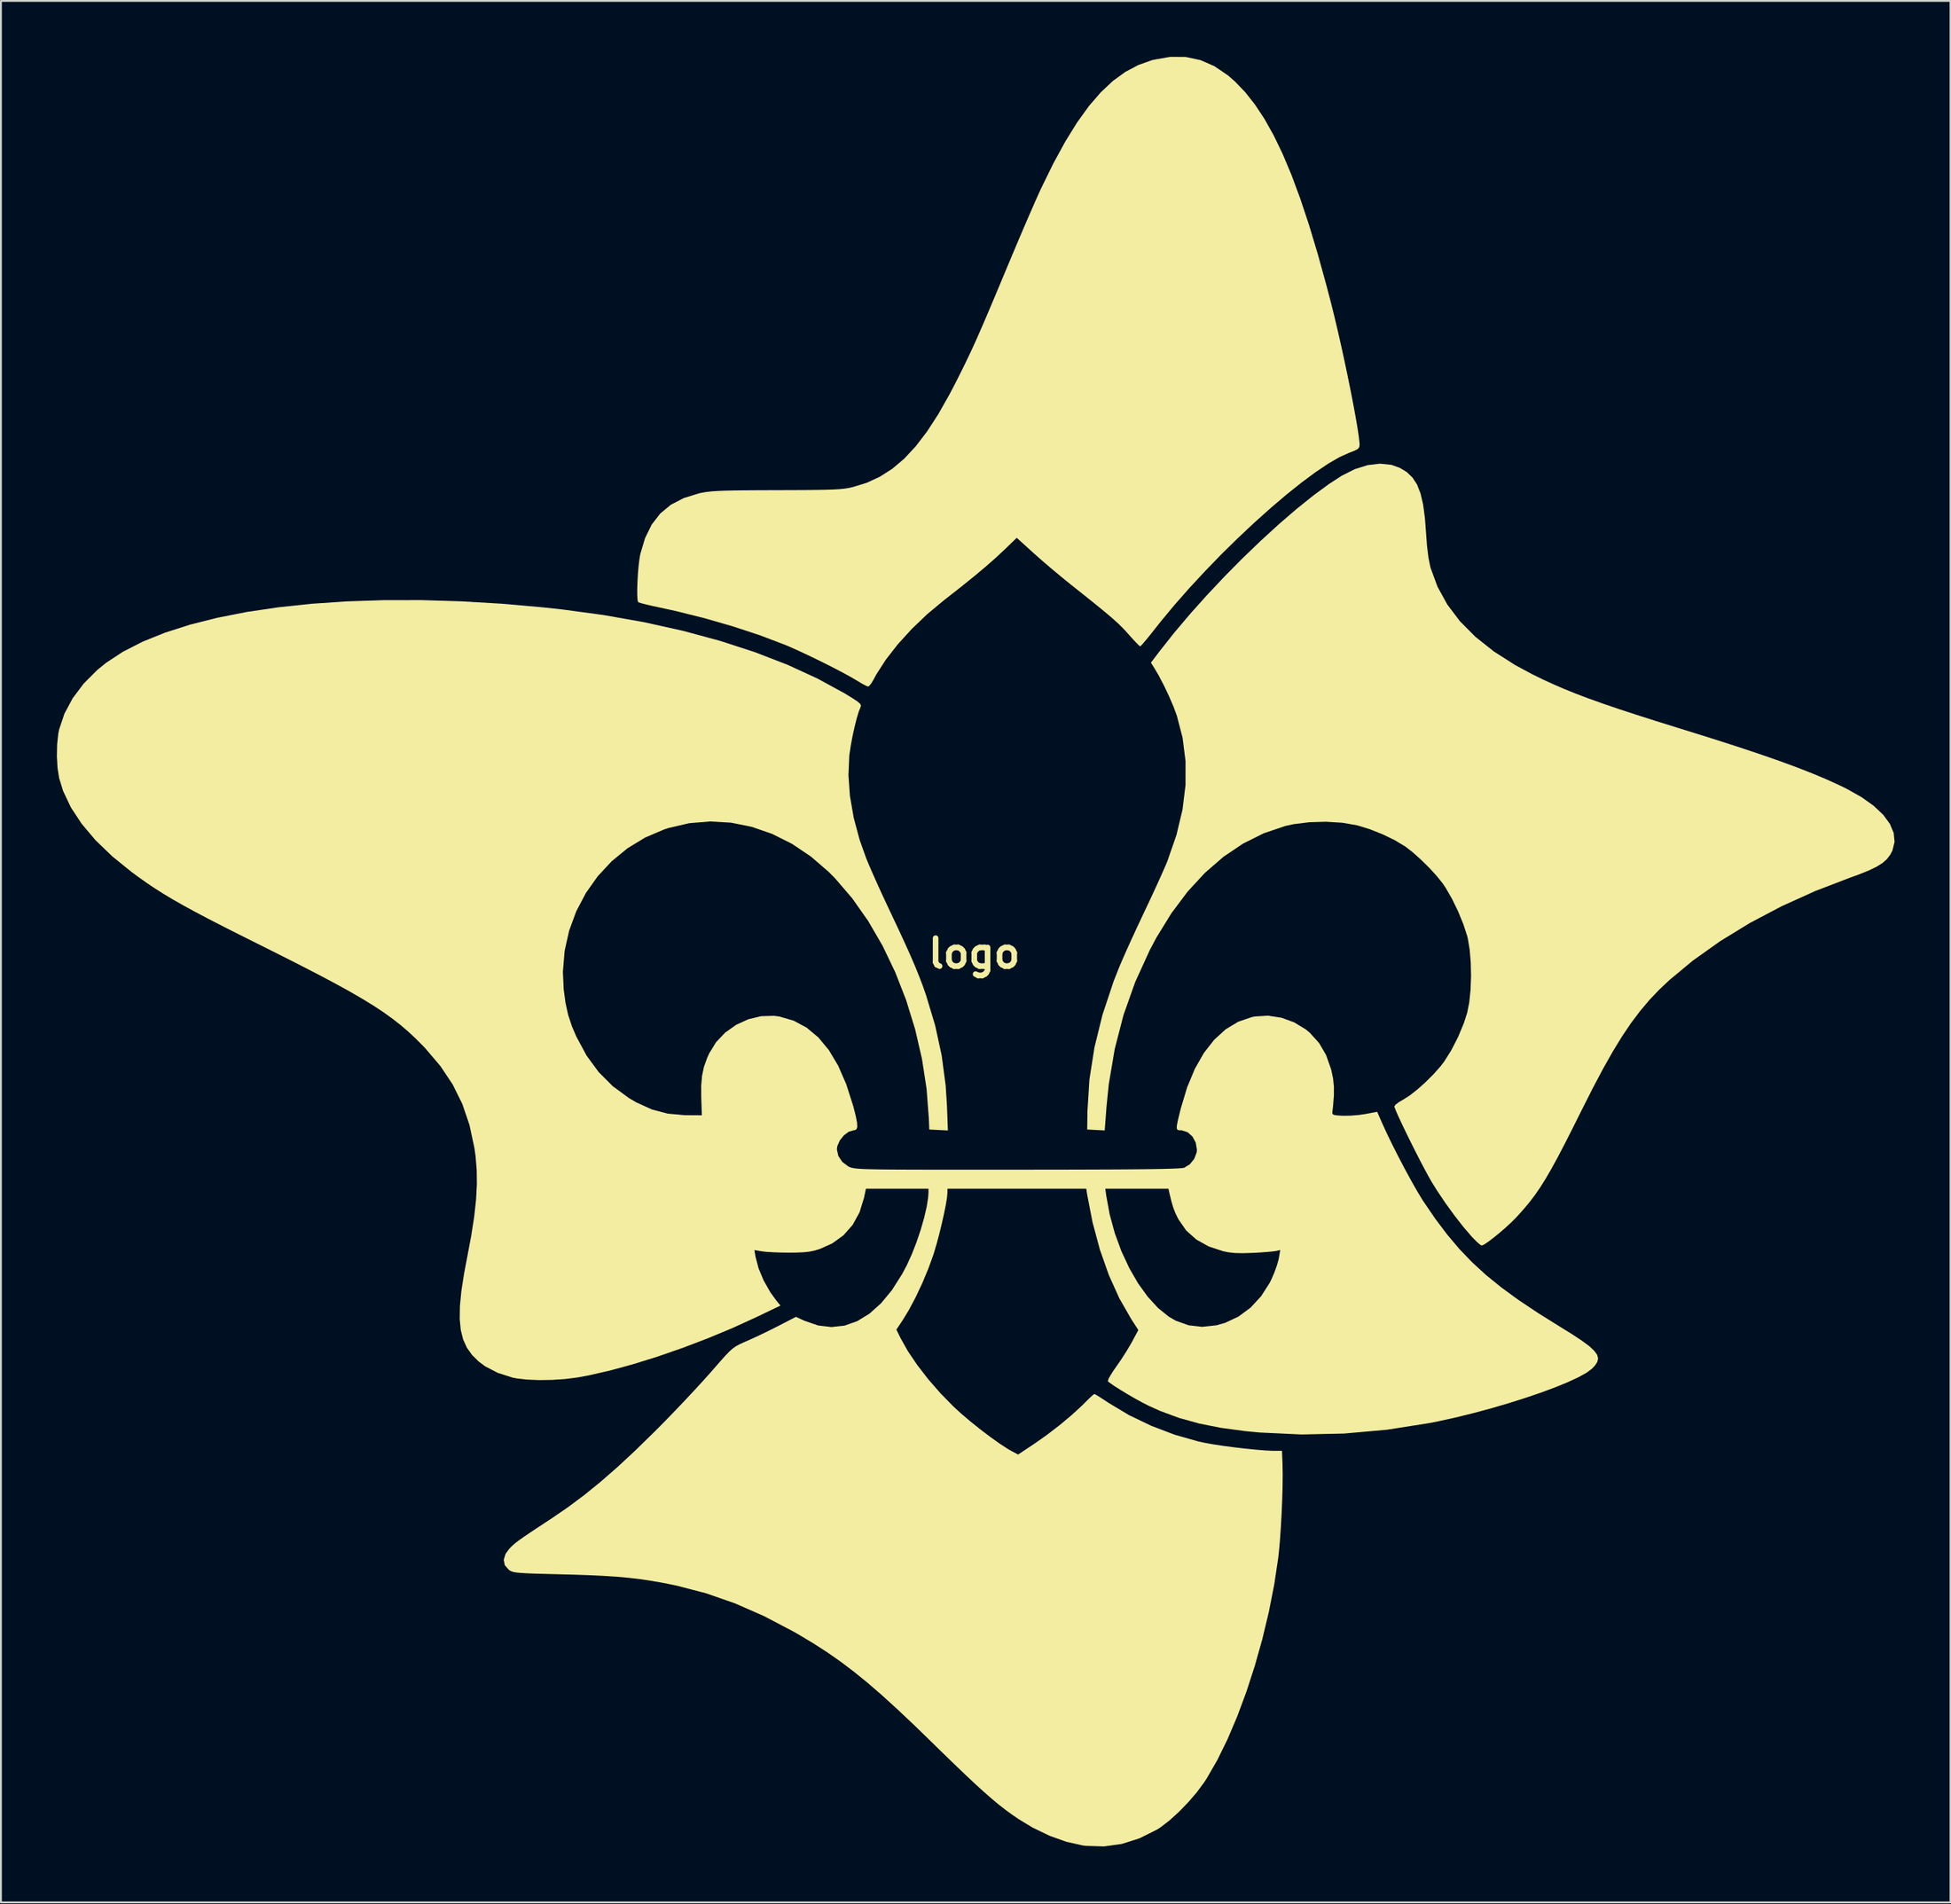
<source format=kicad_pcb>
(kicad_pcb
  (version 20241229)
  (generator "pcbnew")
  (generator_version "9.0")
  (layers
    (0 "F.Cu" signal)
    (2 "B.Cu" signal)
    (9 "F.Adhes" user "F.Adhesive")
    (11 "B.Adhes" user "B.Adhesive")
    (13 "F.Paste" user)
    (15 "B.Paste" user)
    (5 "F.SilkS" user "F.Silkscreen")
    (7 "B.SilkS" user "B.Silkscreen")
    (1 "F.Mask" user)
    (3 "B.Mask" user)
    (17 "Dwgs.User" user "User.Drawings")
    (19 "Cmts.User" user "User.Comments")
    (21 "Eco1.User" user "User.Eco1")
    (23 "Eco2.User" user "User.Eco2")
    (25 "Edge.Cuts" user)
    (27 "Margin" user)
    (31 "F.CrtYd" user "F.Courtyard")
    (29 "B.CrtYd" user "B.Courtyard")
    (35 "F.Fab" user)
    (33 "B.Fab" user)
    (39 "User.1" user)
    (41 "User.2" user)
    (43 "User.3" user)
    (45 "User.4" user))
  (footprint "logo"
    (layer "F.Cu")
    (at 49.182 48.077)
    (property "Reference" "logo" (at 0 0 0) (layer "F.SilkS") (effects (font (size 1.5 1.5) (thickness 0.3))))
    (attr board_only exclude_from_pos_files exclude_from_bom)
    (fp_poly (pts (xy 11.332 -48.073) (xy 12.121 -47.906) (xy 12.876 -47.577) (xy 13.604 -47.082) (xy 13.976 -46.757) (xy 14.526 -46.184) (xy 15.053 -45.516) (xy 15.562 -44.745) (xy 16.055 -43.864) (xy 16.537 -42.864) (xy 17.01 -41.739) (xy 17.477 -40.479) (xy 17.943 -39.078) (xy 18.41 -37.528) (xy 18.882 -35.82) (xy 19.126 -34.883) (xy 19.303 -34.175) (xy 19.484 -33.408) (xy 19.667 -32.604) (xy 19.846 -31.784) (xy 20.018 -30.969) (xy 20.178 -30.18) (xy 20.322 -29.438) (xy 20.446 -28.766) (xy 20.546 -28.184) (xy 20.616 -27.713) (xy 20.654 -27.375) (xy 20.659 -27.262) (xy 20.638 -27.141) (xy 20.555 -27.046) (xy 20.373 -26.953) (xy 20.112 -26.853) (xy 19.59 -26.62) (xy 18.977 -26.265) (xy 18.287 -25.801) (xy 17.531 -25.24) (xy 16.723 -24.594) (xy 15.878 -23.874) (xy 15.007 -23.094) (xy 14.124 -22.264) (xy 13.242 -21.397) (xy 12.376 -20.504) (xy 11.537 -19.599) (xy 10.739 -18.692) (xy 9.995 -17.796) (xy 9.715 -17.441) (xy 9.442 -17.097) (xy 9.205 -16.806) (xy 9.022 -16.592) (xy 8.915 -16.479) (xy 8.896 -16.468) (xy 8.819 -16.527) (xy 8.659 -16.689) (xy 8.441 -16.924) (xy 8.282 -17.103) (xy 8.103 -17.302) (xy 7.919 -17.495) (xy 7.713 -17.695) (xy 7.47 -17.916) (xy 7.173 -18.172) (xy 6.806 -18.476) (xy 6.353 -18.844) (xy 5.798 -19.288) (xy 5.165 -19.791) (xy 4.7 -20.168) (xy 4.186 -20.596) (xy 3.682 -21.026) (xy 3.246 -21.411) (xy 3.192 -21.459) (xy 2.277 -22.288) (xy 1.626 -21.658) (xy 1.155 -21.219) (xy 0.615 -20.744) (xy -0.011 -20.22) (xy -0.741 -19.632) (xy -1.593 -18.964) (xy -1.633 -18.934) (xy -2.524 -18.192) (xy -3.354 -17.397) (xy -4.101 -16.576) (xy -4.742 -15.753) (xy -5.256 -14.954) (xy -5.409 -14.668) (xy -5.536 -14.458) (xy -5.653 -14.332) (xy -5.696 -14.315) (xy -5.817 -14.362) (xy -6.031 -14.476) (xy -6.265 -14.617) (xy -6.607 -14.818) (xy -7.069 -15.07) (xy -7.613 -15.354) (xy -8.204 -15.651) (xy -8.805 -15.944) (xy -9.381 -16.214) (xy -9.896 -16.445) (xy -10.151 -16.552) (xy -11.479 -17.057) (xy -12.931 -17.536) (xy -14.462 -17.978) (xy -16.027 -18.368) (xy -16.833 -18.544) (xy -17.251 -18.634) (xy -17.607 -18.717) (xy -17.87 -18.785) (xy -18.007 -18.83) (xy -18.019 -18.837) (xy -18.051 -18.957) (xy -18.067 -19.209) (xy -18.068 -19.557) (xy -18.054 -19.964) (xy -18.029 -20.393) (xy -17.992 -20.809) (xy -17.947 -21.175) (xy -17.903 -21.421) (xy -17.647 -22.277) (xy -17.294 -22.997) (xy -16.836 -23.589) (xy -16.266 -24.061) (xy -15.575 -24.419) (xy -14.757 -24.673) (xy -14.69 -24.688) (xy -14.495 -24.726) (xy -14.281 -24.757) (xy -14.028 -24.782) (xy -13.719 -24.802) (xy -13.334 -24.817) (xy -12.856 -24.828) (xy -12.266 -24.835) (xy -11.545 -24.84) (xy -10.675 -24.843) (xy -10.583 -24.843) (xy -9.709 -24.846) (xy -8.986 -24.85) (xy -8.396 -24.857) (xy -7.919 -24.866) (xy -7.539 -24.88) (xy -7.235 -24.897) (xy -6.991 -24.921) (xy -6.787 -24.95) (xy -6.606 -24.986) (xy -6.519 -25.006) (xy -5.763 -25.24) (xy -5.057 -25.566) (xy -4.391 -25.993) (xy -3.754 -26.532) (xy -3.139 -27.193) (xy -2.533 -27.985) (xy -1.927 -28.92) (xy -1.313 -30.006) (xy -0.978 -30.649) (xy -0.746 -31.111) (xy -0.534 -31.538) (xy -0.335 -31.951) (xy -0.138 -32.368) (xy 0.063 -32.808) (xy 0.278 -33.293) (xy 0.516 -33.841) (xy 0.785 -34.471) (xy 1.094 -35.203) (xy 1.452 -36.058) (xy 1.774 -36.83) (xy 2.081 -37.561) (xy 2.391 -38.295) (xy 2.694 -39.005) (xy 2.978 -39.662) (xy 3.231 -40.241) (xy 3.442 -40.715) (xy 3.582 -41.021) (xy 4.238 -42.359) (xy 4.88 -43.536) (xy 5.514 -44.56) (xy 6.146 -45.438) (xy 6.783 -46.177) (xy 7.431 -46.785) (xy 8.096 -47.269) (xy 8.786 -47.636) (xy 9.506 -47.893) (xy 9.618 -47.923) (xy 10.5 -48.077)) (stroke (width 0) (type solid)) (fill yes) (layer "F.SilkS"))
    (fp_poly (pts (xy 22.365 -26.2) (xy 22.812 -26.041) (xy 23.19 -25.812) (xy 23.496 -25.518) (xy 23.74 -25.143) (xy 23.926 -24.668) (xy 24.064 -24.076) (xy 24.161 -23.349) (xy 24.213 -22.65) (xy 24.273 -21.849) (xy 24.353 -21.208) (xy 24.454 -20.717) (xy 24.466 -20.674) (xy 24.837 -19.663) (xy 25.36 -18.712) (xy 26.036 -17.817) (xy 26.868 -16.979) (xy 27.858 -16.193) (xy 29.007 -15.46) (xy 29.916 -14.971) (xy 30.475 -14.698) (xy 31.038 -14.439) (xy 31.624 -14.185) (xy 32.248 -13.933) (xy 32.929 -13.675) (xy 33.683 -13.405) (xy 34.528 -13.116) (xy 35.481 -12.804) (xy 36.558 -12.46) (xy 37.777 -12.08) (xy 38.106 -11.978) (xy 39.589 -11.515) (xy 40.919 -11.088) (xy 42.11 -10.691) (xy 43.174 -10.32) (xy 44.123 -9.971) (xy 44.972 -9.638) (xy 45.731 -9.318) (xy 46.414 -9.005) (xy 46.776 -8.828) (xy 47.569 -8.382) (xy 48.222 -7.916) (xy 48.729 -7.438) (xy 49.087 -6.952) (xy 49.292 -6.465) (xy 49.339 -5.985) (xy 49.224 -5.516) (xy 49.107 -5.293) (xy 48.931 -5.061) (xy 48.693 -4.85) (xy 48.37 -4.648) (xy 47.942 -4.442) (xy 47.384 -4.22) (xy 46.946 -4.062) (xy 45.072 -3.342) (xy 43.275 -2.528) (xy 41.572 -1.629) (xy 39.982 -0.654) (xy 38.521 0.386) (xy 37.275 1.42) (xy 36.72 1.943) (xy 36.2 2.49) (xy 35.703 3.078) (xy 35.217 3.724) (xy 34.731 4.444) (xy 34.234 5.256) (xy 33.714 6.177) (xy 33.16 7.223) (xy 32.56 8.411) (xy 32.553 8.424) (xy 32.071 9.391) (xy 31.65 10.221) (xy 31.279 10.931) (xy 30.946 11.54) (xy 30.643 12.063) (xy 30.357 12.519) (xy 30.08 12.925) (xy 29.799 13.297) (xy 29.505 13.653) (xy 29.187 14.011) (xy 29.044 14.165) (xy 28.781 14.429) (xy 28.469 14.716) (xy 28.138 15.001) (xy 27.816 15.262) (xy 27.533 15.475) (xy 27.317 15.617) (xy 27.202 15.663) (xy 27.105 15.605) (xy 26.93 15.45) (xy 26.712 15.229) (xy 26.664 15.177) (xy 26.225 14.666) (xy 25.747 14.053) (xy 25.264 13.388) (xy 24.815 12.72) (xy 24.525 12.254) (xy 24.351 11.95) (xy 24.14 11.559) (xy 23.902 11.105) (xy 23.65 10.614) (xy 23.397 10.109) (xy 23.155 9.615) (xy 22.935 9.158) (xy 22.75 8.763) (xy 22.613 8.452) (xy 22.535 8.253) (xy 22.522 8.197) (xy 22.591 8.103) (xy 22.773 7.967) (xy 22.996 7.838) (xy 23.349 7.613) (xy 23.764 7.287) (xy 24.202 6.895) (xy 24.626 6.471) (xy 24.997 6.052) (xy 25.191 5.8) (xy 25.578 5.185) (xy 25.942 4.473) (xy 26.247 3.739) (xy 26.429 3.175) (xy 26.539 2.619) (xy 26.607 1.951) (xy 26.634 1.224) (xy 26.618 0.488) (xy 26.561 -0.202) (xy 26.462 -0.796) (xy 26.429 -0.931) (xy 26.22 -1.574) (xy 25.938 -2.262) (xy 25.61 -2.936) (xy 25.266 -3.531) (xy 25.114 -3.755) (xy 24.798 -4.151) (xy 24.393 -4.593) (xy 23.945 -5.034) (xy 23.501 -5.43) (xy 23.107 -5.736) (xy 23.086 -5.75) (xy 22.536 -6.078) (xy 21.885 -6.393) (xy 21.2 -6.665) (xy 20.548 -6.865) (xy 20.521 -6.872) (xy 19.735 -7.009) (xy 18.865 -7.064) (xy 17.974 -7.039) (xy 17.126 -6.934) (xy 16.669 -6.834) (xy 15.516 -6.443) (xy 14.413 -5.893) (xy 13.364 -5.187) (xy 12.372 -4.328) (xy 11.44 -3.319) (xy 10.573 -2.163) (xy 9.773 -0.864) (xy 9.412 -0.186) (xy 8.628 1.533) (xy 8.003 3.295) (xy 7.533 5.112) (xy 7.214 6.994) (xy 7.092 8.195) (xy 6.993 9.49) (xy 6.523 9.465) (xy 6.054 9.44) (xy 6.068 8.45) (xy 6.174 6.765) (xy 6.443 5.043) (xy 6.874 3.29) (xy 7.465 1.512) (xy 7.779 0.714) (xy 7.938 0.342) (xy 8.153 -0.145) (xy 8.409 -0.711) (xy 8.689 -1.319) (xy 8.976 -1.932) (xy 9.123 -2.244) (xy 9.398 -2.825) (xy 9.666 -3.402) (xy 9.913 -3.943) (xy 10.125 -4.416) (xy 10.287 -4.789) (xy 10.355 -4.953) (xy 10.841 -6.355) (xy 11.165 -7.713) (xy 11.327 -9.032) (xy 11.328 -10.316) (xy 11.168 -11.569) (xy 10.864 -12.742) (xy 10.684 -13.231) (xy 10.441 -13.797) (xy 10.164 -14.38) (xy 9.884 -14.915) (xy 9.68 -15.262) (xy 9.471 -15.594) (xy 9.964 -16.241) (xy 10.737 -17.218) (xy 11.586 -18.221) (xy 12.492 -19.232) (xy 13.438 -20.236) (xy 14.408 -21.215) (xy 15.384 -22.153) (xy 16.348 -23.033) (xy 17.284 -23.839) (xy 18.174 -24.554) (xy 19.001 -25.162) (xy 19.697 -25.615) (xy 20.399 -25.969) (xy 21.09 -26.186) (xy 21.752 -26.264)) (stroke (width 0) (type solid)) (fill yes) (layer "F.SilkS"))
    (fp_poly (pts (xy -27.506 -18.883) (xy -25.334 -18.754) (xy -23.11 -18.558) (xy -22.098 -18.448) (xy -19.846 -18.143) (xy -17.675 -17.758) (xy -15.594 -17.295) (xy -13.615 -16.759) (xy -11.75 -16.152) (xy -10.008 -15.478) (xy -8.401 -14.739) (xy -6.939 -13.941) (xy -6.541 -13.696) (xy -6.269 -13.517) (xy -6.121 -13.393) (xy -6.072 -13.298) (xy -6.097 -13.206) (xy -6.192 -12.971) (xy -6.3 -12.61) (xy -6.413 -12.163) (xy -6.522 -11.671) (xy -6.615 -11.176) (xy -6.685 -10.718) (xy -6.699 -10.607) (xy -6.745 -9.564) (xy -6.665 -8.443) (xy -6.462 -7.271) (xy -6.141 -6.078) (xy -5.784 -5.08) (xy -5.631 -4.713) (xy -5.421 -4.231) (xy -5.171 -3.672) (xy -4.898 -3.075) (xy -4.619 -2.476) (xy -4.509 -2.244) (xy -4.085 -1.346) (xy -3.729 -0.576) (xy -3.429 0.09) (xy -3.177 0.676) (xy -2.962 1.205) (xy -2.773 1.7) (xy -2.602 2.184) (xy -2.593 2.209) (xy -2.097 3.858) (xy -1.746 5.471) (xy -1.533 7.084) (xy -1.464 8.154) (xy -1.414 9.492) (xy -1.913 9.466) (xy -2.413 9.44) (xy -2.432 8.89) (xy -2.554 7.271) (xy -2.803 5.655) (xy -3.171 4.06) (xy -3.651 2.504) (xy -4.235 1.007) (xy -4.916 -0.413) (xy -5.686 -1.739) (xy -6.538 -2.951) (xy -7.465 -4.032) (xy -7.803 -4.373) (xy -8.76 -5.199) (xy -9.773 -5.879) (xy -10.831 -6.409) (xy -11.923 -6.788) (xy -13.037 -7.013) (xy -14.161 -7.079) (xy -15.285 -6.985) (xy -16.396 -6.727) (xy -16.617 -6.654) (xy -17.646 -6.216) (xy -18.59 -5.641) (xy -19.441 -4.943) (xy -20.188 -4.138) (xy -20.823 -3.24) (xy -21.336 -2.264) (xy -21.719 -1.225) (xy -21.961 -0.138) (xy -22.054 0.984) (xy -22.012 1.922) (xy -21.913 2.655) (xy -21.773 3.291) (xy -21.571 3.901) (xy -21.335 4.455) (xy -20.786 5.474) (xy -20.137 6.359) (xy -19.382 7.116) (xy -18.513 7.754) (xy -18.113 7.988) (xy -17.279 8.366) (xy -16.432 8.59) (xy -15.524 8.672) (xy -15.452 8.673) (xy -14.605 8.678) (xy -14.636 7.731) (xy -14.639 7.088) (xy -14.593 6.555) (xy -14.491 6.078) (xy -14.32 5.603) (xy -14.209 5.355) (xy -13.839 4.754) (xy -13.348 4.239) (xy -12.764 3.826) (xy -12.115 3.529) (xy -11.429 3.363) (xy -10.734 3.343) (xy -10.448 3.381) (xy -9.682 3.604) (xy -8.985 3.979) (xy -8.356 4.505) (xy -7.793 5.185) (xy -7.296 6.019) (xy -6.865 7.008) (xy -6.498 8.152) (xy -6.474 8.239) (xy -6.351 8.723) (xy -6.284 9.069) (xy -6.271 9.296) (xy -6.312 9.425) (xy -6.409 9.478) (xy -6.466 9.483) (xy -6.729 9.558) (xy -6.989 9.753) (xy -7.207 10.025) (xy -7.341 10.326) (xy -7.366 10.503) (xy -7.287 10.859) (xy -7.072 11.18) (xy -6.755 11.418) (xy -6.739 11.426) (xy -6.678 11.454) (xy -6.613 11.479) (xy -6.532 11.501) (xy -6.426 11.52) (xy -6.284 11.536) (xy -6.097 11.55) (xy -5.854 11.562) (xy -5.546 11.571) (xy -5.162 11.579) (xy -4.693 11.585) (xy -4.128 11.589) (xy -3.457 11.592) (xy -2.67 11.594) (xy -1.757 11.595) (xy -0.708 11.596) (xy 0.487 11.595) (xy 1.838 11.595) (xy 2.292 11.595) (xy 3.798 11.593) (xy 5.142 11.591) (xy 6.332 11.587) (xy 7.373 11.583) (xy 8.274 11.577) (xy 9.041 11.57) (xy 9.682 11.561) (xy 10.204 11.551) (xy 10.613 11.539) (xy 10.918 11.526) (xy 11.126 11.51) (xy 11.242 11.493) (xy 11.258 11.489) (xy 11.558 11.305) (xy 11.794 11.012) (xy 11.924 10.668) (xy 11.938 10.524) (xy 11.873 10.14) (xy 11.697 9.815) (xy 11.438 9.586) (xy 11.124 9.485) (xy 11.072 9.483) (xy 10.959 9.478) (xy 10.887 9.447) (xy 10.855 9.366) (xy 10.865 9.209) (xy 10.916 8.951) (xy 11.009 8.569) (xy 11.08 8.285) (xy 11.418 7.166) (xy 11.829 6.181) (xy 12.312 5.334) (xy 12.862 4.629) (xy 13.475 4.07) (xy 14.148 3.663) (xy 14.877 3.412) (xy 15.051 3.377) (xy 15.752 3.336) (xy 16.464 3.445) (xy 17.149 3.693) (xy 17.769 4.069) (xy 17.992 4.254) (xy 18.487 4.803) (xy 18.863 5.448) (xy 19.131 6.211) (xy 19.145 6.268) (xy 19.237 6.706) (xy 19.282 7.14) (xy 19.281 7.619) (xy 19.235 8.19) (xy 19.198 8.509) (xy 19.203 8.598) (xy 19.268 8.652) (xy 19.428 8.682) (xy 19.719 8.7) (xy 19.77 8.702) (xy 20.178 8.697) (xy 20.639 8.659) (xy 20.982 8.608) (xy 21.601 8.491) (xy 21.865 9.092) (xy 22.116 9.642) (xy 22.42 10.268) (xy 22.757 10.932) (xy 23.107 11.598) (xy 23.451 12.228) (xy 23.768 12.785) (xy 24.04 13.232) (xy 24.083 13.298) (xy 24.718 14.228) (xy 25.351 15.069) (xy 26.002 15.84) (xy 26.693 16.56) (xy 27.441 17.246) (xy 28.269 17.917) (xy 29.196 18.593) (xy 30.243 19.291) (xy 31.364 19.991) (xy 32.033 20.406) (xy 32.561 20.753) (xy 32.958 21.046) (xy 33.231 21.296) (xy 33.39 21.514) (xy 33.445 21.713) (xy 33.403 21.904) (xy 33.275 22.099) (xy 33.113 22.269) (xy 32.824 22.484) (xy 32.387 22.725) (xy 31.821 22.988) (xy 31.144 23.265) (xy 30.375 23.55) (xy 29.532 23.837) (xy 28.634 24.121) (xy 27.7 24.394) (xy 26.747 24.651) (xy 25.794 24.885) (xy 24.86 25.091) (xy 24.426 25.177) (xy 22.129 25.538) (xy 19.829 25.743) (xy 17.546 25.793) (xy 15.3 25.687) (xy 14.492 25.609) (xy 13.202 25.434) (xy 12.042 25.202) (xy 10.977 24.905) (xy 9.974 24.534) (xy 9.356 24.256) (xy 9.017 24.084) (xy 8.624 23.868) (xy 8.214 23.63) (xy 7.823 23.393) (xy 7.487 23.179) (xy 7.245 23.009) (xy 7.165 22.943) (xy 7.181 22.85) (xy 7.282 22.655) (xy 7.45 22.388) (xy 7.603 22.168) (xy 7.873 21.779) (xy 8.149 21.349) (xy 8.387 20.952) (xy 8.456 20.828) (xy 8.797 20.193) (xy 8.413 19.6) (xy 7.778 18.492) (xy 7.217 17.248) (xy 6.737 15.887) (xy 6.345 14.429) (xy 6.054 12.933) (xy 6.004 12.615) (xy 7.025 12.615) (xy 7.074 12.975) (xy 7.261 13.999) (xy 7.535 15.001) (xy 7.888 15.963) (xy 8.307 16.864) (xy 8.781 17.686) (xy 9.301 18.408) (xy 9.855 19.013) (xy 10.433 19.479) (xy 10.799 19.69) (xy 11.493 19.939) (xy 12.22 20.022) (xy 12.972 19.941) (xy 13.449 19.807) (xy 14.167 19.47) (xy 14.816 18.989) (xy 15.38 18.379) (xy 15.841 17.657) (xy 15.927 17.484) (xy 16.088 17.11) (xy 16.226 16.728) (xy 16.316 16.409) (xy 16.327 16.354) (xy 16.405 15.901) (xy 16.182 15.953) (xy 16.011 15.977) (xy 15.714 16.005) (xy 15.334 16.033) (xy 14.944 16.055) (xy 14.405 16.072) (xy 13.983 16.063) (xy 13.627 16.024) (xy 13.355 15.97) (xy 12.57 15.712) (xy 11.905 15.34) (xy 11.364 14.856) (xy 10.951 14.263) (xy 10.942 14.245) (xy 10.792 13.944) (xy 10.677 13.655) (xy 10.577 13.319) (xy 10.47 12.879) (xy 10.463 12.848) (xy 10.411 12.615) (xy 8.718 12.615) (xy 7.025 12.615) (xy 6.004 12.615) (xy 2.282 12.615) (xy -1.439 12.615) (xy -1.439 12.838) (xy -1.462 13.094) (xy -1.525 13.478) (xy -1.62 13.952) (xy -1.739 14.481) (xy -1.873 15.03) (xy -2.015 15.562) (xy -2.156 16.041) (xy -2.2 16.178) (xy -2.465 16.909) (xy -2.785 17.674) (xy -3.138 18.424) (xy -3.498 19.106) (xy -3.817 19.631) (xy -4.175 20.17) (xy -3.948 20.631) (xy -3.56 21.323) (xy -3.056 22.069) (xy -2.463 22.836) (xy -1.808 23.587) (xy -1.119 24.29) (xy -0.725 24.653) (xy -0.219 25.084) (xy 0.318 25.514) (xy 0.853 25.92) (xy 1.353 26.277) (xy 1.783 26.558) (xy 2.001 26.683) (xy 2.35 26.87) (xy 3.219 26.292) (xy 3.886 25.823) (xy 4.565 25.302) (xy 5.207 24.766) (xy 5.765 24.255) (xy 5.966 24.055) (xy 6.18 23.842) (xy 6.348 23.687) (xy 6.437 23.622) (xy 6.44 23.622) (xy 6.528 23.666) (xy 6.724 23.786) (xy 6.995 23.961) (xy 7.205 24.101) (xy 8.294 24.754) (xy 9.491 25.329) (xy 10.747 25.807) (xy 12.01 26.166) (xy 12.319 26.234) (xy 12.756 26.313) (xy 13.295 26.396) (xy 13.892 26.476) (xy 14.504 26.548) (xy 15.089 26.607) (xy 15.603 26.65) (xy 16.004 26.669) (xy 16.078 26.67) (xy 16.498 26.67) (xy 16.527 27.411) (xy 16.536 27.939) (xy 16.529 28.591) (xy 16.508 29.323) (xy 16.475 30.092) (xy 16.432 30.854) (xy 16.381 31.565) (xy 16.323 32.18) (xy 16.296 32.414) (xy 16.081 33.844) (xy 15.795 35.3) (xy 15.446 36.758) (xy 15.042 38.195) (xy 14.59 39.587) (xy 14.099 40.91) (xy 13.576 42.14) (xy 13.029 43.255) (xy 12.467 44.229) (xy 12.328 44.443) (xy 11.941 44.968) (xy 11.479 45.507) (xy 10.978 46.024) (xy 10.473 46.483) (xy 10.001 46.848) (xy 9.799 46.978) (xy 8.86 47.447) (xy 7.914 47.748) (xy 6.957 47.882) (xy 5.982 47.851) (xy 5.802 47.827) (xy 4.943 47.636) (xy 4.039 47.313) (xy 3.129 46.873) (xy 2.385 46.423) (xy 2.032 46.182) (xy 1.683 45.927) (xy 1.324 45.648) (xy 0.942 45.33) (xy 0.521 44.962) (xy 0.048 44.531) (xy -0.493 44.023) (xy -1.115 43.427) (xy -1.833 42.73) (xy -2.288 42.284) (xy -3.272 41.329) (xy -4.163 40.489) (xy -4.98 39.747) (xy -5.742 39.089) (xy -6.467 38.502) (xy -7.172 37.969) (xy -7.878 37.476) (xy -8.601 37.009) (xy -9.36 36.553) (xy -9.694 36.361) (xy -11.27 35.533) (xy -12.819 34.853) (xy -14.373 34.311) (xy -15.961 33.897) (xy -16.722 33.743) (xy -17.33 33.638) (xy -17.921 33.551) (xy -18.522 33.48) (xy -19.162 33.422) (xy -19.868 33.375) (xy -20.67 33.337) (xy -21.595 33.306) (xy -22.242 33.289) (xy -22.957 33.271) (xy -23.523 33.255) (xy -23.959 33.238) (xy -24.286 33.219) (xy -24.523 33.197) (xy -24.69 33.17) (xy -24.807 33.135) (xy -24.894 33.092) (xy -24.951 33.053) (xy -25.167 32.805) (xy -25.226 32.513) (xy -25.127 32.194) (xy -24.947 31.944) (xy -24.839 31.829) (xy -24.724 31.719) (xy -24.583 31.6) (xy -24.398 31.46) (xy -24.15 31.285) (xy -23.822 31.062) (xy -23.394 30.777) (xy -22.848 30.418) (xy -22.648 30.287) (xy -21.776 29.689) (xy -20.911 29.043) (xy -20.035 28.332) (xy -19.127 27.54) (xy -18.169 26.65) (xy -17.144 25.647) (xy -16.551 25.049) (xy -16.059 24.541) (xy -15.536 23.992) (xy -15.017 23.437) (xy -14.537 22.914) (xy -14.129 22.459) (xy -13.994 22.304) (xy -13.63 21.887) (xy -13.352 21.575) (xy -13.134 21.348) (xy -12.95 21.184) (xy -12.775 21.06) (xy -12.583 20.956) (xy -12.348 20.85) (xy -12.217 20.793) (xy -11.828 20.619) (xy -11.356 20.396) (xy -10.867 20.157) (xy -10.516 19.979) (xy -9.56 19.486) (xy -9.1 19.697) (xy -8.37 19.949) (xy -7.652 20.034) (xy -6.952 19.956) (xy -6.273 19.715) (xy -5.62 19.316) (xy -4.998 18.759) (xy -4.411 18.048) (xy -3.864 17.186) (xy -3.618 16.722) (xy -3.351 16.136) (xy -3.099 15.491) (xy -2.873 14.824) (xy -2.686 14.171) (xy -2.547 13.572) (xy -2.469 13.063) (xy -2.455 12.818) (xy -2.455 12.615) (xy -4.132 12.615) (xy -5.808 12.615) (xy -5.91 13.102) (xy -6.15 13.88) (xy -6.518 14.551) (xy -7.01 15.111) (xy -7.62 15.551) (xy -8.275 15.844) (xy -8.563 15.932) (xy -8.844 15.99) (xy -9.166 16.024) (xy -9.578 16.039) (xy -9.906 16.042) (xy -10.358 16.037) (xy -10.789 16.022) (xy -11.149 16) (xy -11.375 15.974) (xy -11.786 15.904) (xy -11.725 16.271) (xy -11.563 16.886) (xy -11.289 17.54) (xy -10.929 18.173) (xy -10.615 18.606) (xy -10.391 18.882) (xy -11.694 19.506) (xy -12.968 20.088) (xy -14.296 20.641) (xy -15.648 21.156) (xy -16.994 21.622) (xy -18.304 22.03) (xy -19.55 22.37) (xy -20.7 22.631) (xy -21.294 22.739) (xy -21.937 22.82) (xy -22.628 22.866) (xy -23.319 22.877) (xy -23.964 22.851) (xy -24.514 22.79) (xy -24.749 22.744) (xy -25.544 22.49) (xy -26.222 22.138) (xy -26.574 21.876) (xy -26.924 21.529) (xy -27.199 21.144) (xy -27.4 20.704) (xy -27.528 20.196) (xy -27.586 19.603) (xy -27.575 18.911) (xy -27.497 18.105) (xy -27.352 17.169) (xy -27.187 16.298) (xy -26.97 15.146) (xy -26.811 14.127) (xy -26.711 13.215) (xy -26.666 12.385) (xy -26.675 11.612) (xy -26.736 10.87) (xy -26.801 10.414) (xy -27.064 9.191) (xy -27.446 8.07) (xy -27.961 7.028) (xy -28.619 6.04) (xy -29.433 5.083) (xy -29.546 4.965) (xy -29.934 4.575) (xy -30.325 4.209) (xy -30.733 3.857) (xy -31.171 3.513) (xy -31.65 3.167) (xy -32.185 2.813) (xy -32.787 2.443) (xy -33.469 2.047) (xy -34.245 1.62) (xy -35.126 1.151) (xy -36.127 0.635) (xy -37.258 0.062) (xy -38.227 -0.423) (xy -39.303 -0.961) (xy -40.243 -1.436) (xy -41.061 -1.857) (xy -41.776 -2.234) (xy -42.403 -2.576) (xy -42.958 -2.892) (xy -43.457 -3.191) (xy -43.918 -3.483) (xy -44.356 -3.777) (xy -44.788 -4.082) (xy -45.175 -4.367) (xy -46.219 -5.212) (xy -47.113 -6.075) (xy -47.852 -6.951) (xy -48.433 -7.834) (xy -48.851 -8.719) (xy -49.06 -9.398) (xy -49.146 -9.939) (xy -49.182 -10.566) (xy -49.169 -11.208) (xy -49.106 -11.791) (xy -49.063 -12.007) (xy -48.777 -12.86) (xy -48.334 -13.687) (xy -47.746 -14.471) (xy -47.022 -15.197) (xy -46.55 -15.581) (xy -45.644 -16.177) (xy -44.587 -16.718) (xy -43.386 -17.202) (xy -42.049 -17.63) (xy -40.586 -18) (xy -39.005 -18.311) (xy -37.314 -18.562) (xy -35.522 -18.752) (xy -33.636 -18.88) (xy -31.666 -18.945) (xy -29.62 -18.947)) (stroke (width 0) (type solid)) (fill yes) (layer "F.SilkS")))
  (gr_rect
    (start -3 -3)
    (end 101.521 98.96)
    (stroke (width 0.1) (type default))
    (fill no)
    (layer "Edge.Cuts")))
</source>
